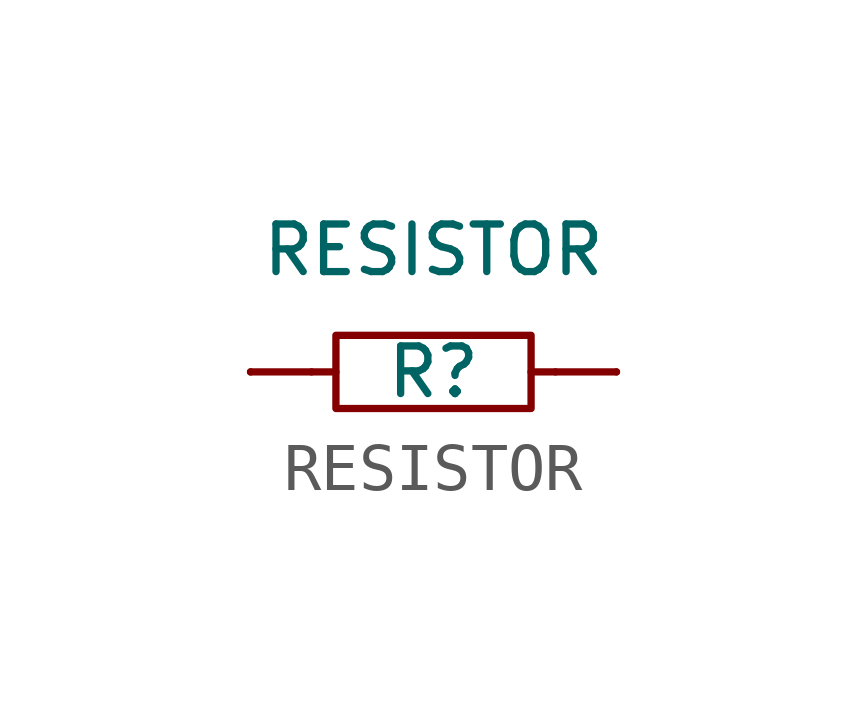
<source format=kicad_sym>
(kicad_symbol_lib
  (version 20211014)
  (generator kicad_symbol_editor)
  (symbol "RESISTOR"
    (pin_numbers hide)
    (pin_names
      (offset 1.016) hide)
    (property "Reference" "R"
      (at 0 0 0)
      (effects (font (size 0.991 0.991))))
    (property "Value" "RESISTOR"
      (at 0 2.54 0)
      (effects (font (size 0.991 0.991))))
    (symbol "RESISTOR_0_1"
      (polyline (pts (xy -3.81 0) (xy -2.54 0)) (stroke (width 0) (type default) (color 0 0 0 0)) (fill (type none)))
      (polyline (pts (xy -2.54 0) (xy -2.032 0)) (stroke (width 0) (type default) (color 0 0 0 0)) (fill (type none)))
      (polyline (pts (xy 2.54 0) (xy 2.032 0)) (stroke (width 0) (type default) (color 0 0 0 0)) (fill (type none)))
      (polyline (pts (xy 3.81 0) (xy 2.54 0)) (stroke (width 0) (type default) (color 0 0 0 0)) (fill (type none)))
      (polyline (pts (xy -2.032 0.762) (xy -2.032 -0.762) (xy 2.032 -0.762) (xy 2.032 0.762) (xy -2.032 0.762)) (stroke (width 0) (type default) (color 0 0 0 0)) (fill (type none))))
    (symbol "RESISTOR_1_1"
      (pin passive line (at -3.81 0 0) (length 0) (name "1" (effects (font (size 0.991 0.991)))) (number "1" (effects (font (size 0.991 0.991)))))
      (pin passive line (at 3.81 0 180) (length 0) (name "2" (effects (font (size 0.991 0.991)))) (number "2" (effects (font (size 0.991 0.991))))))))
</source>
